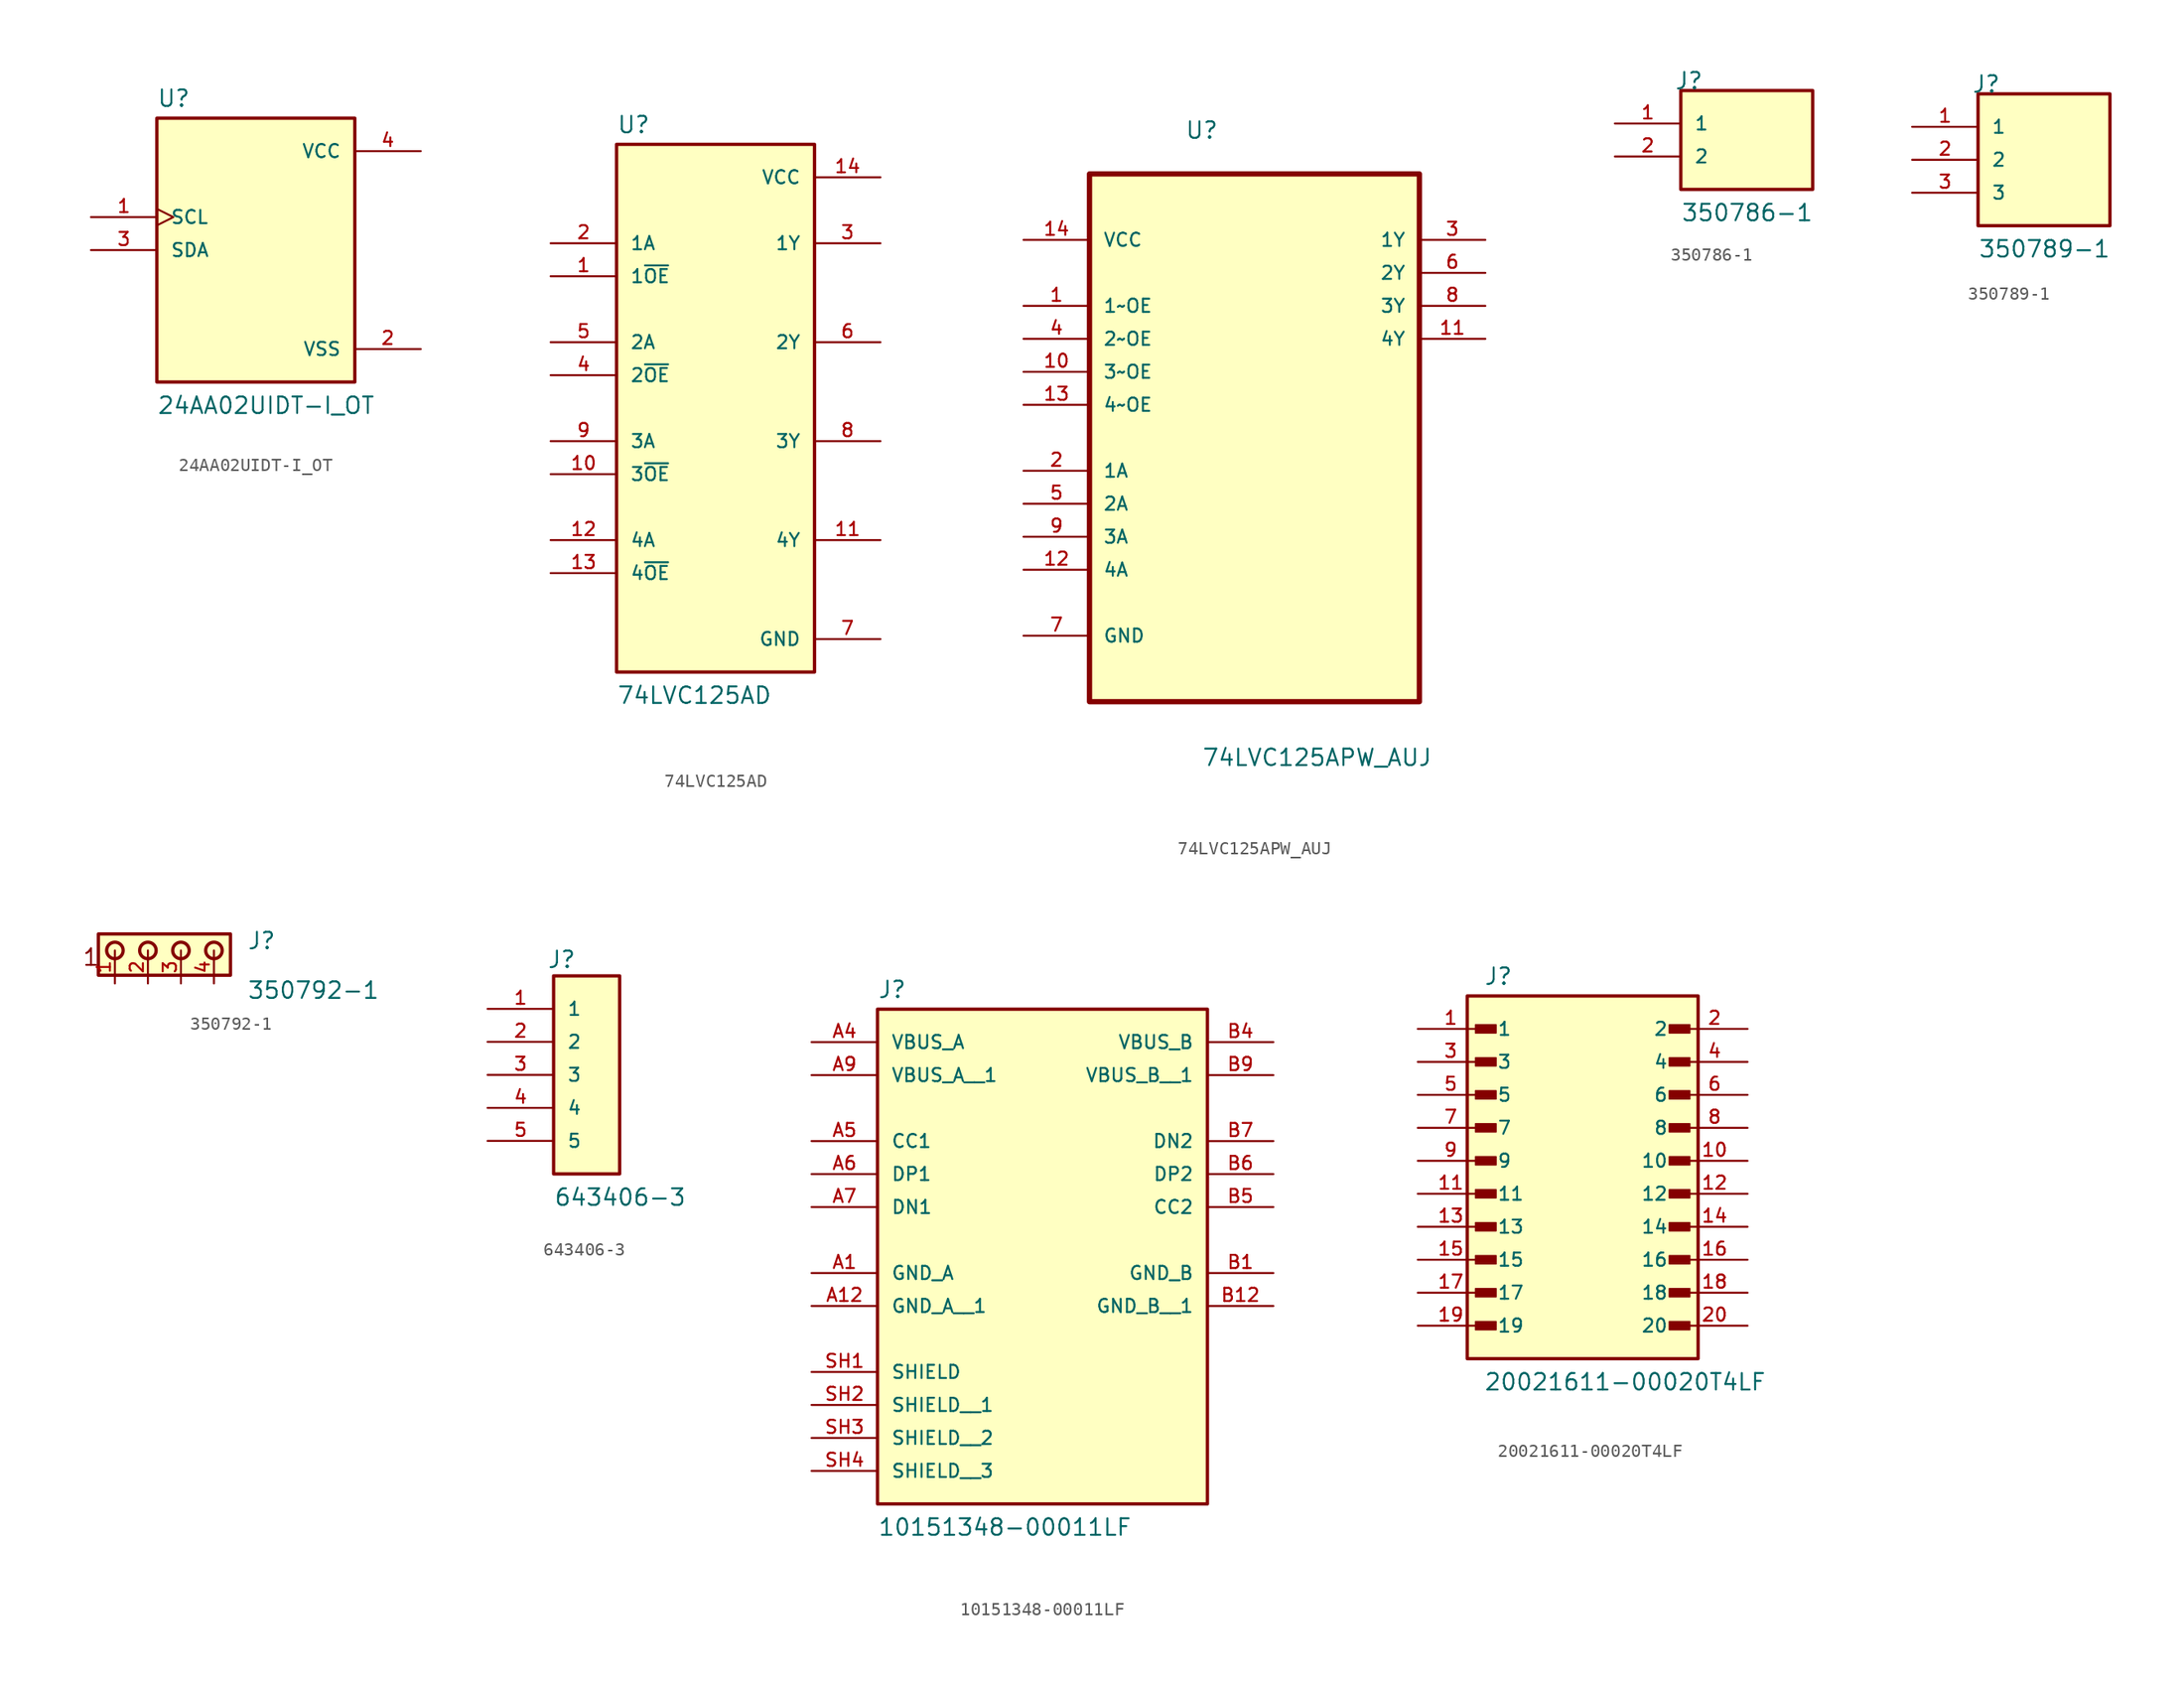
<source format=kicad_sym>
(kicad_symbol_lib
  (version 20231120)
  (generator "kicad_symbol_editor")
  (generator_version "8.0")
  (symbol "24AA02UIDT-I_OT"
    (pin_names
      (offset 1.016))
    (property "Reference" "U"
      (at -7.635 10.939 0)
      (effects (font (size 1.27 1.27)) (justify left bottom)))
    (property "Value" "24AA02UIDT-I_OT"
      (at -7.625 -12.708 0)
      (effects (font (size 1.27 1.27)) (justify left bottom)))
    (symbol "24AA02UIDT-I_OT_0_0"
      (rectangle (start -7.62 -10.16) (end 7.62 10.16) (stroke (width 0.254) (type default)) (fill (type background)))
      (pin input clock (at -12.7 2.54 0) (length 5.08) (name "SCL" (effects (font (size 1.016 1.016)))) (number "1" (effects (font (size 1.016 1.016)))))
      (pin power_in line (at 12.7 -7.62 180) (length 5.08) (name "VSS" (effects (font (size 1.016 1.016)))) (number "2" (effects (font (size 1.016 1.016)))))
      (pin bidirectional line (at -12.7 0 0) (length 5.08) (name "SDA" (effects (font (size 1.016 1.016)))) (number "3" (effects (font (size 1.016 1.016)))))
      (pin power_in line (at 12.7 7.62 180) (length 5.08) (name "VCC" (effects (font (size 1.016 1.016)))) (number "4" (effects (font (size 1.016 1.016)))))))
  (symbol "74LVC125AD"
    (pin_names
      (offset 1.016))
    (property "Reference" "U"
      (at -7.62 21.082 0)
      (effects (font (size 1.27 1.27)) (justify left bottom)))
    (property "Value" "74LVC125AD"
      (at -7.62 -22.86 0)
      (effects (font (size 1.27 1.27)) (justify left bottom)))
    (symbol "74LVC125AD_0_0"
      (rectangle (start -7.62 -20.32) (end 7.62 20.32) (stroke (width 0.254) (type default)) (fill (type background)))
      (pin input line (at -12.7 10.16 0) (length 5.08) (name "1~{OE}" (effects (font (size 1.016 1.016)))) (number "1" (effects (font (size 1.016 1.016)))))
      (pin input line (at -12.7 -5.08 0) (length 5.08) (name "3~{OE}" (effects (font (size 1.016 1.016)))) (number "10" (effects (font (size 1.016 1.016)))))
      (pin output line (at 12.7 -10.16 180) (length 5.08) (name "4Y" (effects (font (size 1.016 1.016)))) (number "11" (effects (font (size 1.016 1.016)))))
      (pin input line (at -12.7 -10.16 0) (length 5.08) (name "4A" (effects (font (size 1.016 1.016)))) (number "12" (effects (font (size 1.016 1.016)))))
      (pin input line (at -12.7 -12.7 0) (length 5.08) (name "4~{OE}" (effects (font (size 1.016 1.016)))) (number "13" (effects (font (size 1.016 1.016)))))
      (pin power_in line (at 12.7 17.78 180) (length 5.08) (name "VCC" (effects (font (size 1.016 1.016)))) (number "14" (effects (font (size 1.016 1.016)))))
      (pin input line (at -12.7 12.7 0) (length 5.08) (name "1A" (effects (font (size 1.016 1.016)))) (number "2" (effects (font (size 1.016 1.016)))))
      (pin output line (at 12.7 12.7 180) (length 5.08) (name "1Y" (effects (font (size 1.016 1.016)))) (number "3" (effects (font (size 1.016 1.016)))))
      (pin input line (at -12.7 2.54 0) (length 5.08) (name "2~{OE}" (effects (font (size 1.016 1.016)))) (number "4" (effects (font (size 1.016 1.016)))))
      (pin input line (at -12.7 5.08 0) (length 5.08) (name "2A" (effects (font (size 1.016 1.016)))) (number "5" (effects (font (size 1.016 1.016)))))
      (pin output line (at 12.7 5.08 180) (length 5.08) (name "2Y" (effects (font (size 1.016 1.016)))) (number "6" (effects (font (size 1.016 1.016)))))
      (pin power_in line (at 12.7 -17.78 180) (length 5.08) (name "GND" (effects (font (size 1.016 1.016)))) (number "7" (effects (font (size 1.016 1.016)))))
      (pin output line (at 12.7 -2.54 180) (length 5.08) (name "3Y" (effects (font (size 1.016 1.016)))) (number "8" (effects (font (size 1.016 1.016)))))
      (pin input line (at -12.7 -2.54 0) (length 5.08) (name "3A" (effects (font (size 1.016 1.016)))) (number "9" (effects (font (size 1.016 1.016)))))))
  (symbol "74LVC125APW_AUJ"
    (pin_names
      (offset 1.016))
    (property "Reference" "U"
      (at -5.366 20.396 0)
      (effects (font (size 1.27 1.27)) (justify left bottom)))
    (property "Value" "74LVC125APW_AUJ"
      (at -4.074 -27.905 0)
      (effects (font (size 1.27 1.27)) (justify left bottom)))
    (symbol "74LVC125APW_AUJ_0_0"
      (rectangle (start -12.7 -22.86) (end 12.7 17.78) (stroke (width 0.406) (type default)) (fill (type background)))
      (pin input line (at -17.78 7.62 0) (length 5.08) (name "1~OE" (effects (font (size 1.016 1.016)))) (number "1" (effects (font (size 1.016 1.016)))))
      (pin input line (at -17.78 2.54 0) (length 5.08) (name "3~OE" (effects (font (size 1.016 1.016)))) (number "10" (effects (font (size 1.016 1.016)))))
      (pin output line (at 17.78 5.08 180) (length 5.08) (name "4Y" (effects (font (size 1.016 1.016)))) (number "11" (effects (font (size 1.016 1.016)))))
      (pin input line (at -17.78 -12.7 0) (length 5.08) (name "4A" (effects (font (size 1.016 1.016)))) (number "12" (effects (font (size 1.016 1.016)))))
      (pin input line (at -17.78 0 0) (length 5.08) (name "4~OE" (effects (font (size 1.016 1.016)))) (number "13" (effects (font (size 1.016 1.016)))))
      (pin power_in line (at -17.78 12.7 0) (length 5.08) (name "VCC" (effects (font (size 1.016 1.016)))) (number "14" (effects (font (size 1.016 1.016)))))
      (pin input line (at -17.78 -5.08 0) (length 5.08) (name "1A" (effects (font (size 1.016 1.016)))) (number "2" (effects (font (size 1.016 1.016)))))
      (pin output line (at 17.78 12.7 180) (length 5.08) (name "1Y" (effects (font (size 1.016 1.016)))) (number "3" (effects (font (size 1.016 1.016)))))
      (pin input line (at -17.78 5.08 0) (length 5.08) (name "2~OE" (effects (font (size 1.016 1.016)))) (number "4" (effects (font (size 1.016 1.016)))))
      (pin input line (at -17.78 -7.62 0) (length 5.08) (name "2A" (effects (font (size 1.016 1.016)))) (number "5" (effects (font (size 1.016 1.016)))))
      (pin output line (at 17.78 10.16 180) (length 5.08) (name "2Y" (effects (font (size 1.016 1.016)))) (number "6" (effects (font (size 1.016 1.016)))))
      (pin input line (at -17.78 -17.78 0) (length 5.08) (name "GND" (effects (font (size 1.016 1.016)))) (number "7" (effects (font (size 1.016 1.016)))))
      (pin output line (at 17.78 7.62 180) (length 5.08) (name "3Y" (effects (font (size 1.016 1.016)))) (number "8" (effects (font (size 1.016 1.016)))))
      (pin input line (at -17.78 -10.16 0) (length 5.08) (name "3A" (effects (font (size 1.016 1.016)))) (number "9" (effects (font (size 1.016 1.016)))))))
  (symbol "350786-1"
    (pin_names
      (offset 1.016))
    (property "Reference" "J"
      (at -5.58 5.08 0)
      (effects (font (size 1.27 1.27)) (justify left bottom)))
    (property "Value" "350786-1"
      (at -5.08 -5.08 0)
      (effects (font (size 1.27 1.27)) (justify left bottom)))
    (symbol "350786-1_0_0"
      (rectangle (start -5.08 -2.54) (end 5.08 5.08) (stroke (width 0.254) (type default)) (fill (type background)))
      (pin passive line (at -10.16 2.54 0) (length 5.08) (name "1" (effects (font (size 1.016 1.016)))) (number "1" (effects (font (size 1.016 1.016)))))
      (pin passive line (at -10.16 0 0) (length 5.08) (name "2" (effects (font (size 1.016 1.016)))) (number "2" (effects (font (size 1.016 1.016)))))))
  (symbol "350789-1"
    (pin_names
      (offset 1.016))
    (property "Reference" "J"
      (at -5.58 5.08 0)
      (effects (font (size 1.27 1.27)) (justify left bottom)))
    (property "Value" "350789-1"
      (at -5.08 -7.62 0)
      (effects (font (size 1.27 1.27)) (justify left bottom)))
    (symbol "350789-1_0_0"
      (rectangle (start -5.08 -5.08) (end 5.08 5.08) (stroke (width 0.254) (type default)) (fill (type background)))
      (pin passive line (at -10.16 2.54 0) (length 5.08) (name "1" (effects (font (size 1.016 1.016)))) (number "1" (effects (font (size 1.016 1.016)))))
      (pin passive line (at -10.16 0 0) (length 5.08) (name "2" (effects (font (size 1.016 1.016)))) (number "2" (effects (font (size 1.016 1.016)))))
      (pin passive line (at -10.16 -2.54 0) (length 5.08) (name "3" (effects (font (size 1.016 1.016)))) (number "3" (effects (font (size 1.016 1.016)))))))
  (symbol "350792-1"
    (pin_names
      (offset 1.016))
    (property "Reference" "J"
      (at 7.622 0 0)
      (effects (font (size 1.27 1.27)) (justify left bottom)))
    (property "Value" "350792-1"
      (at 7.62 -3.81 0)
      (effects (font (size 1.27 1.27)) (justify left bottom)))
    (symbol "350792-1_0_0"
      (rectangle (start -3.81 -1.905) (end 6.35 1.27) (stroke (width 0.254) (type default)) (fill (type background)))
      (circle (center -2.54 0) (radius 0.635) (stroke (width 0.254) (type default)) (fill (type none)))
      (circle (center 0 0) (radius 0.635) (stroke (width 0.254) (type default)) (fill (type none)))
      (circle (center 2.54 0) (radius 0.635) (stroke (width 0.254) (type default)) (fill (type none)))
      (circle (center 5.08 0) (radius 0.635) (stroke (width 0.254) (type default)) (fill (type none)))
      (text "1" (at -5.085 -1.271 0) (effects (font (size 1.271 1.271)) (justify left bottom)))
      (pin passive line (at -2.54 -2.54 90) (length 2.54) (name "~" (effects (font (size 1.016 1.016)))) (number "1" (effects (font (size 1.016 1.016)))))
      (pin passive line (at 0 -2.54 90) (length 2.54) (name "~" (effects (font (size 1.016 1.016)))) (number "2" (effects (font (size 1.016 1.016)))))
      (pin passive line (at 2.54 -2.54 90) (length 2.54) (name "~" (effects (font (size 1.016 1.016)))) (number "3" (effects (font (size 1.016 1.016)))))
      (pin passive line (at 5.08 -2.54 90) (length 2.54) (name "~" (effects (font (size 1.016 1.016)))) (number "4" (effects (font (size 1.016 1.016)))))))
  (symbol "643406-3"
    (pin_names
      (offset 1.016))
    (property "Reference" "J"
      (at -3.049 8.13 0)
      (effects (font (size 1.27 1.27)) (justify left bottom)))
    (property "Value" "643406-3"
      (at -2.541 -10.165 0)
      (effects (font (size 1.27 1.27)) (justify left bottom)))
    (symbol "643406-3_0_0"
      (rectangle (start -2.54 -7.62) (end 2.54 7.62) (stroke (width 0.254) (type default)) (fill (type background)))
      (pin passive line (at -7.62 5.08 0) (length 5.08) (name "1" (effects (font (size 1.016 1.016)))) (number "1" (effects (font (size 1.016 1.016)))))
      (pin passive line (at -7.62 2.54 0) (length 5.08) (name "2" (effects (font (size 1.016 1.016)))) (number "2" (effects (font (size 1.016 1.016)))))
      (pin passive line (at -7.62 0 0) (length 5.08) (name "3" (effects (font (size 1.016 1.016)))) (number "3" (effects (font (size 1.016 1.016)))))
      (pin passive line (at -7.62 -2.54 0) (length 5.08) (name "4" (effects (font (size 1.016 1.016)))) (number "4" (effects (font (size 1.016 1.016)))))
      (pin passive line (at -7.62 -5.08 0) (length 5.08) (name "5" (effects (font (size 1.016 1.016)))) (number "5" (effects (font (size 1.016 1.016)))))))
  (symbol "10151348-00011LF"
    (pin_names
      (offset 1.016))
    (property "Reference" "J"
      (at -12.7 13.462 0)
      (effects (font (size 1.27 1.27)) (justify left bottom)))
    (property "Value" "10151348-00011LF"
      (at -12.7 -27.94 0)
      (effects (font (size 1.27 1.27)) (justify left bottom)))
    (symbol "10151348-00011LF_0_0"
      (rectangle (start -12.7 -25.4) (end 12.7 12.7) (stroke (width 0.254) (type default)) (fill (type background)))
      (pin power_in line (at -17.78 -7.62 0) (length 5.08) (name "GND_A" (effects (font (size 1.016 1.016)))) (number "A1" (effects (font (size 1.016 1.016)))))
      (pin power_in line (at -17.78 -10.16 0) (length 5.08) (name "GND_A__1" (effects (font (size 1.016 1.016)))) (number "A12" (effects (font (size 1.016 1.016)))))
      (pin power_in line (at -17.78 10.16 0) (length 5.08) (name "VBUS_A" (effects (font (size 1.016 1.016)))) (number "A4" (effects (font (size 1.016 1.016)))))
      (pin passive line (at -17.78 2.54 0) (length 5.08) (name "CC1" (effects (font (size 1.016 1.016)))) (number "A5" (effects (font (size 1.016 1.016)))))
      (pin passive line (at -17.78 0 0) (length 5.08) (name "DP1" (effects (font (size 1.016 1.016)))) (number "A6" (effects (font (size 1.016 1.016)))))
      (pin passive line (at -17.78 -2.54 0) (length 5.08) (name "DN1" (effects (font (size 1.016 1.016)))) (number "A7" (effects (font (size 1.016 1.016)))))
      (pin power_in line (at -17.78 7.62 0) (length 5.08) (name "VBUS_A__1" (effects (font (size 1.016 1.016)))) (number "A9" (effects (font (size 1.016 1.016)))))
      (pin power_in line (at 17.78 -7.62 180) (length 5.08) (name "GND_B" (effects (font (size 1.016 1.016)))) (number "B1" (effects (font (size 1.016 1.016)))))
      (pin power_in line (at 17.78 -10.16 180) (length 5.08) (name "GND_B__1" (effects (font (size 1.016 1.016)))) (number "B12" (effects (font (size 1.016 1.016)))))
      (pin power_in line (at 17.78 10.16 180) (length 5.08) (name "VBUS_B" (effects (font (size 1.016 1.016)))) (number "B4" (effects (font (size 1.016 1.016)))))
      (pin passive line (at 17.78 -2.54 180) (length 5.08) (name "CC2" (effects (font (size 1.016 1.016)))) (number "B5" (effects (font (size 1.016 1.016)))))
      (pin passive line (at 17.78 0 180) (length 5.08) (name "DP2" (effects (font (size 1.016 1.016)))) (number "B6" (effects (font (size 1.016 1.016)))))
      (pin passive line (at 17.78 2.54 180) (length 5.08) (name "DN2" (effects (font (size 1.016 1.016)))) (number "B7" (effects (font (size 1.016 1.016)))))
      (pin power_in line (at 17.78 7.62 180) (length 5.08) (name "VBUS_B__1" (effects (font (size 1.016 1.016)))) (number "B9" (effects (font (size 1.016 1.016)))))
      (pin passive line (at -17.78 -15.24 0) (length 5.08) (name "SHIELD" (effects (font (size 1.016 1.016)))) (number "SH1" (effects (font (size 1.016 1.016)))))
      (pin passive line (at -17.78 -17.78 0) (length 5.08) (name "SHIELD__1" (effects (font (size 1.016 1.016)))) (number "SH2" (effects (font (size 1.016 1.016)))))
      (pin passive line (at -17.78 -20.32 0) (length 5.08) (name "SHIELD__2" (effects (font (size 1.016 1.016)))) (number "SH3" (effects (font (size 1.016 1.016)))))
      (pin passive line (at -17.78 -22.86 0) (length 5.08) (name "SHIELD__3" (effects (font (size 1.016 1.016)))) (number "SH4" (effects (font (size 1.016 1.016)))))))
  (symbol "20021611-00020T4LF"
    (pin_names
      (offset 1.016))
    (property "Reference" "J"
      (at -7.62 13.462 0)
      (effects (font (size 1.27 1.27)) (justify left bottom)))
    (property "Value" "20021611-00020T4LF"
      (at -7.62 -17.78 0)
      (effects (font (size 1.27 1.27)) (justify left bottom)))
    (symbol "20021611-00020T4LF_0_0"
      (rectangle (start -8.89 -15.24) (end 8.89 12.7) (stroke (width 0.254) (type default)) (fill (type background)))
      (rectangle (start -8.255 -13.018) (end -6.668 -12.383) (stroke (width 0.1) (type default)) (fill (type outline)))
      (rectangle (start -8.255 -10.477) (end -6.668 -9.842) (stroke (width 0.1) (type default)) (fill (type outline)))
      (rectangle (start -8.255 -7.938) (end -6.668 -7.303) (stroke (width 0.1) (type default)) (fill (type outline)))
      (rectangle (start -8.255 -5.397) (end -6.668 -4.763) (stroke (width 0.1) (type default)) (fill (type outline)))
      (rectangle (start -8.255 -2.857) (end -6.668 -2.223) (stroke (width 0.1) (type default)) (fill (type outline)))
      (rectangle (start -8.255 -0.318) (end -6.668 0.318) (stroke (width 0.1) (type default)) (fill (type outline)))
      (rectangle (start -8.255 2.223) (end -6.668 2.857) (stroke (width 0.1) (type default)) (fill (type outline)))
      (rectangle (start -8.255 4.763) (end -6.668 5.397) (stroke (width 0.1) (type default)) (fill (type outline)))
      (rectangle (start -8.255 7.303) (end -6.668 7.938) (stroke (width 0.1) (type default)) (fill (type outline)))
      (rectangle (start -8.255 9.842) (end -6.668 10.477) (stroke (width 0.1) (type default)) (fill (type outline)))
      (rectangle (start 6.668 -13.018) (end 8.255 -12.383) (stroke (width 0.1) (type default)) (fill (type outline)))
      (rectangle (start 6.668 -10.477) (end 8.255 -9.842) (stroke (width 0.1) (type default)) (fill (type outline)))
      (rectangle (start 6.668 -7.938) (end 8.255 -7.303) (stroke (width 0.1) (type default)) (fill (type outline)))
      (rectangle (start 6.668 -5.397) (end 8.255 -4.763) (stroke (width 0.1) (type default)) (fill (type outline)))
      (rectangle (start 6.668 -2.857) (end 8.255 -2.223) (stroke (width 0.1) (type default)) (fill (type outline)))
      (rectangle (start 6.668 -0.318) (end 8.255 0.318) (stroke (width 0.1) (type default)) (fill (type outline)))
      (rectangle (start 6.668 2.223) (end 8.255 2.857) (stroke (width 0.1) (type default)) (fill (type outline)))
      (rectangle (start 6.668 4.763) (end 8.255 5.397) (stroke (width 0.1) (type default)) (fill (type outline)))
      (rectangle (start 6.668 7.303) (end 8.255 7.938) (stroke (width 0.1) (type default)) (fill (type outline)))
      (rectangle (start 6.668 9.842) (end 8.255 10.477) (stroke (width 0.1) (type default)) (fill (type outline)))
      (pin passive line (at -12.7 10.16 0) (length 5.08) (name "1" (effects (font (size 1.016 1.016)))) (number "1" (effects (font (size 1.016 1.016)))))
      (pin passive line (at 12.7 0 180) (length 5.08) (name "10" (effects (font (size 1.016 1.016)))) (number "10" (effects (font (size 1.016 1.016)))))
      (pin passive line (at -12.7 -2.54 0) (length 5.08) (name "11" (effects (font (size 1.016 1.016)))) (number "11" (effects (font (size 1.016 1.016)))))
      (pin passive line (at 12.7 -2.54 180) (length 5.08) (name "12" (effects (font (size 1.016 1.016)))) (number "12" (effects (font (size 1.016 1.016)))))
      (pin passive line (at -12.7 -5.08 0) (length 5.08) (name "13" (effects (font (size 1.016 1.016)))) (number "13" (effects (font (size 1.016 1.016)))))
      (pin passive line (at 12.7 -5.08 180) (length 5.08) (name "14" (effects (font (size 1.016 1.016)))) (number "14" (effects (font (size 1.016 1.016)))))
      (pin passive line (at -12.7 -7.62 0) (length 5.08) (name "15" (effects (font (size 1.016 1.016)))) (number "15" (effects (font (size 1.016 1.016)))))
      (pin passive line (at 12.7 -7.62 180) (length 5.08) (name "16" (effects (font (size 1.016 1.016)))) (number "16" (effects (font (size 1.016 1.016)))))
      (pin passive line (at -12.7 -10.16 0) (length 5.08) (name "17" (effects (font (size 1.016 1.016)))) (number "17" (effects (font (size 1.016 1.016)))))
      (pin passive line (at 12.7 -10.16 180) (length 5.08) (name "18" (effects (font (size 1.016 1.016)))) (number "18" (effects (font (size 1.016 1.016)))))
      (pin passive line (at -12.7 -12.7 0) (length 5.08) (name "19" (effects (font (size 1.016 1.016)))) (number "19" (effects (font (size 1.016 1.016)))))
      (pin passive line (at 12.7 10.16 180) (length 5.08) (name "2" (effects (font (size 1.016 1.016)))) (number "2" (effects (font (size 1.016 1.016)))))
      (pin passive line (at 12.7 -12.7 180) (length 5.08) (name "20" (effects (font (size 1.016 1.016)))) (number "20" (effects (font (size 1.016 1.016)))))
      (pin passive line (at -12.7 7.62 0) (length 5.08) (name "3" (effects (font (size 1.016 1.016)))) (number "3" (effects (font (size 1.016 1.016)))))
      (pin passive line (at 12.7 7.62 180) (length 5.08) (name "4" (effects (font (size 1.016 1.016)))) (number "4" (effects (font (size 1.016 1.016)))))
      (pin passive line (at -12.7 5.08 0) (length 5.08) (name "5" (effects (font (size 1.016 1.016)))) (number "5" (effects (font (size 1.016 1.016)))))
      (pin passive line (at 12.7 5.08 180) (length 5.08) (name "6" (effects (font (size 1.016 1.016)))) (number "6" (effects (font (size 1.016 1.016)))))
      (pin passive line (at -12.7 2.54 0) (length 5.08) (name "7" (effects (font (size 1.016 1.016)))) (number "7" (effects (font (size 1.016 1.016)))))
      (pin passive line (at 12.7 2.54 180) (length 5.08) (name "8" (effects (font (size 1.016 1.016)))) (number "8" (effects (font (size 1.016 1.016)))))
      (pin passive line (at -12.7 0 0) (length 5.08) (name "9" (effects (font (size 1.016 1.016)))) (number "9" (effects (font (size 1.016 1.016))))))))
</source>
